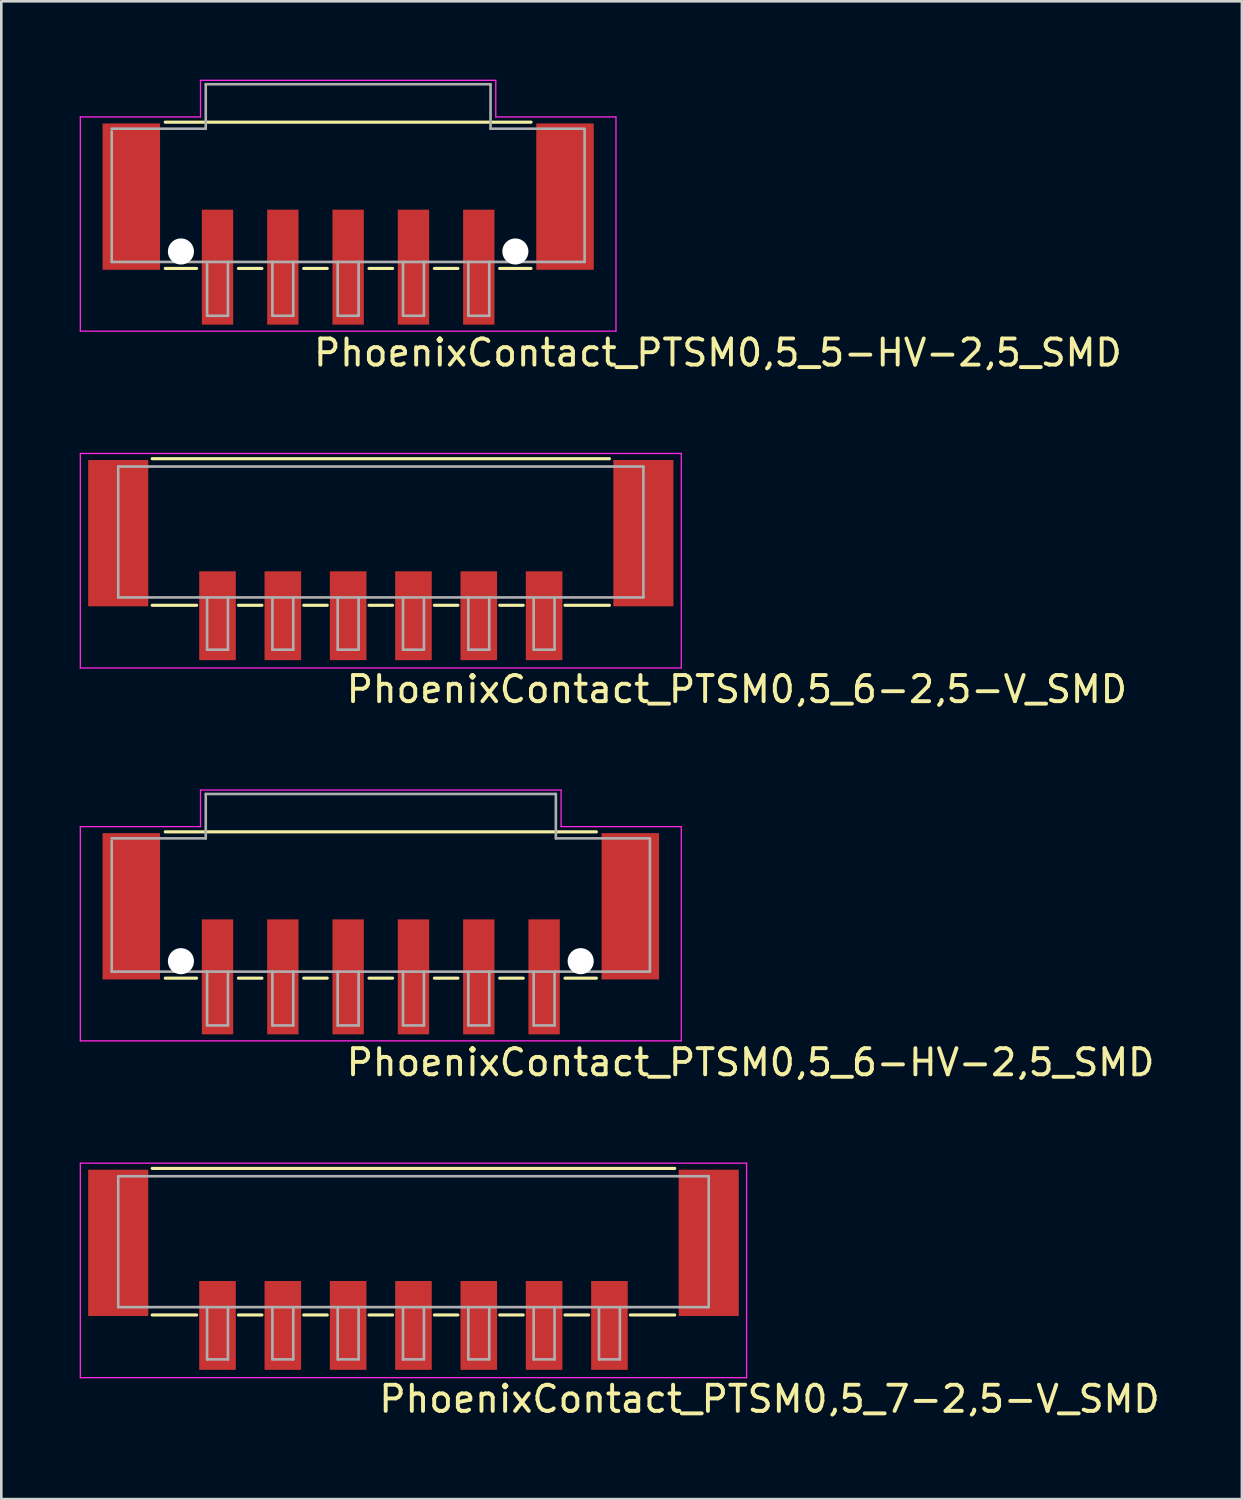
<source format=kicad_pcb>
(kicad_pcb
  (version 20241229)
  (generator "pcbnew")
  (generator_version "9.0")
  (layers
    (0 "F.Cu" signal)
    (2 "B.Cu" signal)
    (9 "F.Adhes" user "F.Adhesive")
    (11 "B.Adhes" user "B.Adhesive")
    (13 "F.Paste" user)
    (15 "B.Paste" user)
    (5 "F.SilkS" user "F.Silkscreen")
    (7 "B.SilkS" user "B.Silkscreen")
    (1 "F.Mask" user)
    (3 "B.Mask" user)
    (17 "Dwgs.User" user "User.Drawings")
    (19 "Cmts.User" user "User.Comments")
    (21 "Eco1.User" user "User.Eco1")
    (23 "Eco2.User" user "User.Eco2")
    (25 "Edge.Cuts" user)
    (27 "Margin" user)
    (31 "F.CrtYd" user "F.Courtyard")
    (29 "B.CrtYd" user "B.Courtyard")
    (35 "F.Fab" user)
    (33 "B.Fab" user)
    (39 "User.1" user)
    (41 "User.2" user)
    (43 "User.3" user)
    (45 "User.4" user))
  (footprint "PhoenixContact_PTSM0,5_7-2,5-V_SMD"
    (layer "F.Cu")
    (at 12.775 46.099)
    (property "Reference" "PhoenixContact_PTSM0,5_7-2,5-V_SMD" (at -1.4 4.98 0) (layer "F.SilkS") (effects (font (size 1 1) (thickness 0.15)) (justify left bottom)))
    (attr smd)
    (fp_line (start -10 -4.43) (end 10 -4.43) (stroke (width 0.12) (type solid)) (layer "F.SilkS"))
    (fp_line (start -8.3 1.18) (end -10 1.18) (stroke (width 0.12) (type solid)) (layer "F.SilkS"))
    (fp_line (start -5.8 1.18) (end -6.7 1.18) (stroke (width 0.12) (type solid)) (layer "F.SilkS"))
    (fp_line (start -3.3 1.18) (end -4.2 1.18) (stroke (width 0.12) (type solid)) (layer "F.SilkS"))
    (fp_line (start -0.8 1.18) (end -1.7 1.18) (stroke (width 0.12) (type solid)) (layer "F.SilkS"))
    (fp_line (start 1.7 1.18) (end 0.8 1.18) (stroke (width 0.12) (type solid)) (layer "F.SilkS"))
    (fp_line (start 4.2 1.18) (end 3.3 1.18) (stroke (width 0.12) (type solid)) (layer "F.SilkS"))
    (fp_line (start 6.7 1.18) (end 5.8 1.18) (stroke (width 0.12) (type solid)) (layer "F.SilkS"))
    (fp_line (start 10 1.18) (end 8.3 1.18) (stroke (width 0.12) (type solid)) (layer "F.SilkS"))
    (fp_line (start -12.75 -4.63) (end 12.75 -4.63) (stroke (width 0.05) (type solid)) (layer "F.CrtYd"))
    (fp_line (start -12.75 3.58) (end -12.75 -4.63) (stroke (width 0.05) (type solid)) (layer "F.CrtYd"))
    (fp_line (start 12.75 -4.63) (end 12.75 3.58) (stroke (width 0.05) (type solid)) (layer "F.CrtYd"))
    (fp_line (start 12.75 3.58) (end -12.75 3.58) (stroke (width 0.05) (type solid)) (layer "F.CrtYd"))
    (fp_line (start -11.3 -4.13) (end 11.3 -4.13) (stroke (width 0.1) (type solid)) (layer "F.Fab"))
    (fp_line (start -11.3 0.88) (end -11.3 -4.13) (stroke (width 0.1) (type solid)) (layer "F.Fab"))
    (fp_line (start -7.9 0.88) (end -7.9 2.88) (stroke (width 0.1) (type solid)) (layer "F.Fab"))
    (fp_line (start -7.9 2.88) (end -7.1 2.88) (stroke (width 0.1) (type solid)) (layer "F.Fab"))
    (fp_line (start -7.1 0.88) (end -7.1 2.88) (stroke (width 0.1) (type solid)) (layer "F.Fab"))
    (fp_line (start -5.4 0.88) (end -5.4 2.88) (stroke (width 0.1) (type solid)) (layer "F.Fab"))
    (fp_line (start -5.4 2.88) (end -4.6 2.88) (stroke (width 0.1) (type solid)) (layer "F.Fab"))
    (fp_line (start -4.6 0.88) (end -4.6 2.88) (stroke (width 0.1) (type solid)) (layer "F.Fab"))
    (fp_line (start -2.9 0.88) (end -2.9 2.88) (stroke (width 0.1) (type solid)) (layer "F.Fab"))
    (fp_line (start -2.9 2.88) (end -2.1 2.88) (stroke (width 0.1) (type solid)) (layer "F.Fab"))
    (fp_line (start -2.1 0.88) (end -2.1 2.88) (stroke (width 0.1) (type solid)) (layer "F.Fab"))
    (fp_line (start -0.4 0.88) (end -0.4 2.88) (stroke (width 0.1) (type solid)) (layer "F.Fab"))
    (fp_line (start -0.4 2.88) (end 0.4 2.88) (stroke (width 0.1) (type solid)) (layer "F.Fab"))
    (fp_line (start 0.4 0.88) (end 0.4 2.88) (stroke (width 0.1) (type solid)) (layer "F.Fab"))
    (fp_line (start 2.1 0.88) (end 2.1 2.88) (stroke (width 0.1) (type solid)) (layer "F.Fab"))
    (fp_line (start 2.1 2.88) (end 2.9 2.88) (stroke (width 0.1) (type solid)) (layer "F.Fab"))
    (fp_line (start 2.9 0.88) (end 2.9 2.88) (stroke (width 0.1) (type solid)) (layer "F.Fab"))
    (fp_line (start 4.6 0.88) (end 4.6 2.88) (stroke (width 0.1) (type solid)) (layer "F.Fab"))
    (fp_line (start 4.6 2.88) (end 5.4 2.88) (stroke (width 0.1) (type solid)) (layer "F.Fab"))
    (fp_line (start 5.4 0.88) (end 5.4 2.88) (stroke (width 0.1) (type solid)) (layer "F.Fab"))
    (fp_line (start 7.1 0.88) (end 7.1 2.88) (stroke (width 0.1) (type solid)) (layer "F.Fab"))
    (fp_line (start 7.1 2.88) (end 7.9 2.88) (stroke (width 0.1) (type solid)) (layer "F.Fab"))
    (fp_line (start 7.9 0.88) (end 7.9 2.88) (stroke (width 0.1) (type solid)) (layer "F.Fab"))
    (fp_line (start 11.3 0.88) (end -11.3 0.88) (stroke (width 0.1) (type solid)) (layer "F.Fab"))
    (fp_line (start 11.3 0.88) (end 11.3 -4.13) (stroke (width 0.1) (type solid)) (layer "F.Fab"))
    (pad "" smd rect (at -11.3 -1.58 180) (size 2.3 5.6) (layers "F.Cu" "F.Mask" "F.Paste"))
    (pad "" smd rect (at 11.3 -1.58 180) (size 2.3 5.6) (layers "F.Cu" "F.Mask" "F.Paste"))
    (pad "1" smd rect (at -7.5 1.58 180) (size 1.4 3.4) (layers "F.Cu" "F.Mask" "F.Paste"))
    (pad "2" smd rect (at -5 1.58 180) (size 1.4 3.4) (layers "F.Cu" "F.Mask" "F.Paste"))
    (pad "3" smd rect (at -2.5 1.58 180) (size 1.4 3.4) (layers "F.Cu" "F.Mask" "F.Paste"))
    (pad "4" smd rect (at 0 1.58 180) (size 1.4 3.4) (layers "F.Cu" "F.Mask" "F.Paste"))
    (pad "5" smd rect (at 2.5 1.58 180) (size 1.4 3.4) (layers "F.Cu" "F.Mask" "F.Paste"))
    (pad "6" smd rect (at 5 1.58 180) (size 1.4 3.4) (layers "F.Cu" "F.Mask" "F.Paste"))
    (pad "7" smd rect (at 7.5 1.58 180) (size 1.4 3.4) (layers "F.Cu" "F.Mask" "F.Paste")))
  (footprint "PhoenixContact_PTSM0,5_5-HV-2,5_SMD"
    (layer "F.Cu")
    (at 10.275 5.825)
    (property "Reference" "PhoenixContact_PTSM0,5_5-HV-2,5_SMD" (at -1.4 5.21 0) (layer "F.SilkS") (effects (font (size 1 1) (thickness 0.15)) (justify left bottom)))
    (attr smd)
    (fp_line (start -7 -4.2) (end 7 -4.2) (stroke (width 0.12) (type solid)) (layer "F.SilkS"))
    (fp_line (start -5.8 1.4) (end -7 1.4) (stroke (width 0.12) (type solid)) (layer "F.SilkS"))
    (fp_line (start -3.3 1.4) (end -4.2 1.4) (stroke (width 0.12) (type solid)) (layer "F.SilkS"))
    (fp_line (start -0.8 1.4) (end -1.7 1.4) (stroke (width 0.12) (type solid)) (layer "F.SilkS"))
    (fp_line (start 1.7 1.4) (end 0.8 1.4) (stroke (width 0.12) (type solid)) (layer "F.SilkS"))
    (fp_line (start 4.2 1.4) (end 3.3 1.4) (stroke (width 0.12) (type solid)) (layer "F.SilkS"))
    (fp_line (start 7 1.4) (end 5.8 1.4) (stroke (width 0.12) (type solid)) (layer "F.SilkS"))
    (fp_line (start -10.25 -4.4) (end -5.65 -4.4) (stroke (width 0.05) (type solid)) (layer "F.CrtYd"))
    (fp_line (start -10.25 3.8) (end -10.25 -4.4) (stroke (width 0.05) (type solid)) (layer "F.CrtYd"))
    (fp_line (start -5.65 -5.8) (end 5.65 -5.8) (stroke (width 0.05) (type solid)) (layer "F.CrtYd"))
    (fp_line (start -5.65 -4.4) (end -5.65 -5.8) (stroke (width 0.05) (type solid)) (layer "F.CrtYd"))
    (fp_line (start 5.65 -4.4) (end 5.65 -5.8) (stroke (width 0.05) (type solid)) (layer "F.CrtYd"))
    (fp_line (start 10.25 -4.4) (end 5.65 -4.4) (stroke (width 0.05) (type solid)) (layer "F.CrtYd"))
    (fp_line (start 10.25 -4.4) (end 10.25 3.8) (stroke (width 0.05) (type solid)) (layer "F.CrtYd"))
    (fp_line (start 10.25 3.8) (end -10.25 3.8) (stroke (width 0.05) (type solid)) (layer "F.CrtYd"))
    (fp_line (start -9.05 -3.95) (end -5.45 -3.95) (stroke (width 0.1) (type solid)) (layer "F.Fab"))
    (fp_line (start -9.05 1.15) (end -9.05 -3.85) (stroke (width 0.1) (type solid)) (layer "F.Fab"))
    (fp_line (start -5.45 -5.65) (end 5.45 -5.65) (stroke (width 0.1) (type solid)) (layer "F.Fab"))
    (fp_line (start -5.45 -3.95) (end -5.45 -5.65) (stroke (width 0.1) (type solid)) (layer "F.Fab"))
    (fp_line (start -5.4 1.15) (end -5.4 3.21) (stroke (width 0.1) (type solid)) (layer "F.Fab"))
    (fp_line (start -5.4 3.21) (end -4.6 3.21) (stroke (width 0.1) (type solid)) (layer "F.Fab"))
    (fp_line (start -4.6 1.15) (end -4.6 3.21) (stroke (width 0.1) (type solid)) (layer "F.Fab"))
    (fp_line (start -2.9 1.15) (end -2.9 3.21) (stroke (width 0.1) (type solid)) (layer "F.Fab"))
    (fp_line (start -2.9 3.21) (end -2.1 3.21) (stroke (width 0.1) (type solid)) (layer "F.Fab"))
    (fp_line (start -2.1 1.15) (end -2.1 3.21) (stroke (width 0.1) (type solid)) (layer "F.Fab"))
    (fp_line (start -0.4 1.15) (end -0.4 3.21) (stroke (width 0.1) (type solid)) (layer "F.Fab"))
    (fp_line (start -0.4 3.21) (end 0.4 3.21) (stroke (width 0.1) (type solid)) (layer "F.Fab"))
    (fp_line (start 0.4 1.15) (end 0.4 3.21) (stroke (width 0.1) (type solid)) (layer "F.Fab"))
    (fp_line (start 2.1 1.15) (end 2.1 3.21) (stroke (width 0.1) (type solid)) (layer "F.Fab"))
    (fp_line (start 2.1 3.21) (end 2.9 3.21) (stroke (width 0.1) (type solid)) (layer "F.Fab"))
    (fp_line (start 2.9 1.15) (end 2.9 3.21) (stroke (width 0.1) (type solid)) (layer "F.Fab"))
    (fp_line (start 4.6 1.15) (end 4.6 3.21) (stroke (width 0.1) (type solid)) (layer "F.Fab"))
    (fp_line (start 4.6 3.21) (end 5.4 3.21) (stroke (width 0.1) (type solid)) (layer "F.Fab"))
    (fp_line (start 5.4 1.15) (end 5.4 3.21) (stroke (width 0.1) (type solid)) (layer "F.Fab"))
    (fp_line (start 5.45 -5.65) (end 5.45 -3.95) (stroke (width 0.1) (type solid)) (layer "F.Fab"))
    (fp_line (start 5.45 -3.95) (end 9.05 -3.95) (stroke (width 0.1) (type solid)) (layer "F.Fab"))
    (fp_line (start 9.05 1.15) (end -9.05 1.15) (stroke (width 0.1) (type solid)) (layer "F.Fab"))
    (fp_line (start 9.05 1.15) (end 9.05 -3.9) (stroke (width 0.1) (type solid)) (layer "F.Fab"))
    (pad "" smd rect (at -8.3 -1.35 180) (size 2.2 5.6) (layers "F.Cu" "F.Mask" "F.Paste"))
    (pad "" np_thru_hole circle (at -6.4 0.75) (size 1 1) (drill 1) (layers "*.Cu" "*.Mask"))
    (pad "" np_thru_hole circle (at 6.4 0.75) (size 1 1) (drill 1) (layers "*.Cu" "*.Mask"))
    (pad "" smd rect (at 8.3 -1.35 180) (size 2.2 5.6) (layers "F.Cu" "F.Mask" "F.Paste"))
    (pad "1" smd rect (at -5 1.35 180) (size 1.2 4.4) (layers "F.Cu" "F.Mask" "F.Paste"))
    (pad "2" smd rect (at -2.5 1.35 180) (size 1.2 4.4) (layers "F.Cu" "F.Mask" "F.Paste"))
    (pad "3" smd rect (at 0 1.35 180) (size 1.2 4.4) (layers "F.Cu" "F.Mask" "F.Paste"))
    (pad "4" smd rect (at 2.5 1.35 180) (size 1.2 4.4) (layers "F.Cu" "F.Mask" "F.Paste"))
    (pad "5" smd rect (at 5 1.35 180) (size 1.2 4.4) (layers "F.Cu" "F.Mask" "F.Paste")))
  (footprint "PhoenixContact_PTSM0,5_6-2,5-V_SMD"
    (layer "F.Cu")
    (at 11.525 18.936)
    (property "Reference" "PhoenixContact_PTSM0,5_6-2,5-V_SMD" (at -1.4 4.98 0) (layer "F.SilkS") (effects (font (size 1 1) (thickness 0.15)) (justify left bottom)))
    (attr smd)
    (fp_line (start -8.75 -4.43) (end 8.75 -4.43) (stroke (width 0.12) (type solid)) (layer "F.SilkS"))
    (fp_line (start -7.05 1.18) (end -8.75 1.18) (stroke (width 0.12) (type solid)) (layer "F.SilkS"))
    (fp_line (start -4.55 1.18) (end -5.45 1.18) (stroke (width 0.12) (type solid)) (layer "F.SilkS"))
    (fp_line (start -2.05 1.18) (end -2.95 1.18) (stroke (width 0.12) (type solid)) (layer "F.SilkS"))
    (fp_line (start 0.45 1.18) (end -0.45 1.18) (stroke (width 0.12) (type solid)) (layer "F.SilkS"))
    (fp_line (start 2.95 1.18) (end 2.05 1.18) (stroke (width 0.12) (type solid)) (layer "F.SilkS"))
    (fp_line (start 5.45 1.18) (end 4.55 1.18) (stroke (width 0.12) (type solid)) (layer "F.SilkS"))
    (fp_line (start 8.75 1.18) (end 7.05 1.18) (stroke (width 0.12) (type solid)) (layer "F.SilkS"))
    (fp_line (start -11.5 -4.63) (end 11.5 -4.63) (stroke (width 0.05) (type solid)) (layer "F.CrtYd"))
    (fp_line (start -11.5 3.58) (end -11.5 -4.63) (stroke (width 0.05) (type solid)) (layer "F.CrtYd"))
    (fp_line (start 11.5 -4.63) (end 11.5 3.58) (stroke (width 0.05) (type solid)) (layer "F.CrtYd"))
    (fp_line (start 11.5 3.58) (end -11.5 3.58) (stroke (width 0.05) (type solid)) (layer "F.CrtYd"))
    (fp_line (start -10.05 -4.13) (end 10.05 -4.13) (stroke (width 0.1) (type solid)) (layer "F.Fab"))
    (fp_line (start -10.05 0.88) (end -10.05 -4.13) (stroke (width 0.1) (type solid)) (layer "F.Fab"))
    (fp_line (start -6.65 0.88) (end -6.65 2.88) (stroke (width 0.1) (type solid)) (layer "F.Fab"))
    (fp_line (start -6.65 2.88) (end -5.85 2.88) (stroke (width 0.1) (type solid)) (layer "F.Fab"))
    (fp_line (start -5.85 0.88) (end -5.85 2.88) (stroke (width 0.1) (type solid)) (layer "F.Fab"))
    (fp_line (start -4.15 0.88) (end -4.15 2.88) (stroke (width 0.1) (type solid)) (layer "F.Fab"))
    (fp_line (start -4.15 2.88) (end -3.35 2.88) (stroke (width 0.1) (type solid)) (layer "F.Fab"))
    (fp_line (start -3.35 0.88) (end -3.35 2.88) (stroke (width 0.1) (type solid)) (layer "F.Fab"))
    (fp_line (start -1.65 0.88) (end -1.65 2.88) (stroke (width 0.1) (type solid)) (layer "F.Fab"))
    (fp_line (start -1.65 2.88) (end -0.85 2.88) (stroke (width 0.1) (type solid)) (layer "F.Fab"))
    (fp_line (start -0.85 0.88) (end -0.85 2.88) (stroke (width 0.1) (type solid)) (layer "F.Fab"))
    (fp_line (start 0.85 0.88) (end 0.85 2.88) (stroke (width 0.1) (type solid)) (layer "F.Fab"))
    (fp_line (start 0.85 2.88) (end 1.65 2.88) (stroke (width 0.1) (type solid)) (layer "F.Fab"))
    (fp_line (start 1.65 0.88) (end 1.65 2.88) (stroke (width 0.1) (type solid)) (layer "F.Fab"))
    (fp_line (start 3.35 0.88) (end 3.35 2.88) (stroke (width 0.1) (type solid)) (layer "F.Fab"))
    (fp_line (start 3.35 2.88) (end 4.15 2.88) (stroke (width 0.1) (type solid)) (layer "F.Fab"))
    (fp_line (start 4.15 0.88) (end 4.15 2.88) (stroke (width 0.1) (type solid)) (layer "F.Fab"))
    (fp_line (start 5.85 0.88) (end 5.85 2.88) (stroke (width 0.1) (type solid)) (layer "F.Fab"))
    (fp_line (start 5.85 2.88) (end 6.65 2.88) (stroke (width 0.1) (type solid)) (layer "F.Fab"))
    (fp_line (start 6.65 0.88) (end 6.65 2.88) (stroke (width 0.1) (type solid)) (layer "F.Fab"))
    (fp_line (start 10.05 0.88) (end -10.05 0.88) (stroke (width 0.1) (type solid)) (layer "F.Fab"))
    (fp_line (start 10.05 0.88) (end 10.05 -4.13) (stroke (width 0.1) (type solid)) (layer "F.Fab"))
    (pad "" smd rect (at -10.05 -1.58 180) (size 2.3 5.6) (layers "F.Cu" "F.Mask" "F.Paste"))
    (pad "" smd rect (at 10.05 -1.58 180) (size 2.3 5.6) (layers "F.Cu" "F.Mask" "F.Paste"))
    (pad "1" smd rect (at -6.25 1.58 180) (size 1.4 3.4) (layers "F.Cu" "F.Mask" "F.Paste"))
    (pad "2" smd rect (at -3.75 1.58 180) (size 1.4 3.4) (layers "F.Cu" "F.Mask" "F.Paste"))
    (pad "3" smd rect (at -1.25 1.58 180) (size 1.4 3.4) (layers "F.Cu" "F.Mask" "F.Paste"))
    (pad "4" smd rect (at 1.25 1.58 180) (size 1.4 3.4) (layers "F.Cu" "F.Mask" "F.Paste"))
    (pad "5" smd rect (at 3.75 1.58 180) (size 1.4 3.4) (layers "F.Cu" "F.Mask" "F.Paste"))
    (pad "6" smd rect (at 6.25 1.58 180) (size 1.4 3.4) (layers "F.Cu" "F.Mask" "F.Paste")))
  (footprint "PhoenixContact_PTSM0,5_6-HV-2,5_SMD"
    (layer "F.Cu")
    (at 11.525 32.988)
    (property "Reference" "PhoenixContact_PTSM0,5_6-HV-2,5_SMD" (at -1.4 5.21 0) (layer "F.SilkS") (effects (font (size 1 1) (thickness 0.15)) (justify left bottom)))
    (attr smd)
    (fp_line (start -8.25 -4.2) (end 8.25 -4.2) (stroke (width 0.12) (type solid)) (layer "F.SilkS"))
    (fp_line (start -7.05 1.4) (end -8.25 1.4) (stroke (width 0.12) (type solid)) (layer "F.SilkS"))
    (fp_line (start -4.55 1.4) (end -5.45 1.4) (stroke (width 0.12) (type solid)) (layer "F.SilkS"))
    (fp_line (start -2.05 1.4) (end -2.95 1.4) (stroke (width 0.12) (type solid)) (layer "F.SilkS"))
    (fp_line (start 0.45 1.4) (end -0.45 1.4) (stroke (width 0.12) (type solid)) (layer "F.SilkS"))
    (fp_line (start 2.95 1.4) (end 2.05 1.4) (stroke (width 0.12) (type solid)) (layer "F.SilkS"))
    (fp_line (start 5.45 1.4) (end 4.55 1.4) (stroke (width 0.12) (type solid)) (layer "F.SilkS"))
    (fp_line (start 8.25 1.4) (end 7.05 1.4) (stroke (width 0.12) (type solid)) (layer "F.SilkS"))
    (fp_line (start -11.5 -4.4) (end -6.9 -4.4) (stroke (width 0.05) (type solid)) (layer "F.CrtYd"))
    (fp_line (start -11.5 3.8) (end -11.5 -4.4) (stroke (width 0.05) (type solid)) (layer "F.CrtYd"))
    (fp_line (start -6.9 -5.8) (end 6.9 -5.8) (stroke (width 0.05) (type solid)) (layer "F.CrtYd"))
    (fp_line (start -6.9 -4.4) (end -6.9 -5.8) (stroke (width 0.05) (type solid)) (layer "F.CrtYd"))
    (fp_line (start 6.9 -4.4) (end 6.9 -5.8) (stroke (width 0.05) (type solid)) (layer "F.CrtYd"))
    (fp_line (start 11.5 -4.4) (end 6.9 -4.4) (stroke (width 0.05) (type solid)) (layer "F.CrtYd"))
    (fp_line (start 11.5 -4.4) (end 11.5 3.8) (stroke (width 0.05) (type solid)) (layer "F.CrtYd"))
    (fp_line (start 11.5 3.8) (end -11.5 3.8) (stroke (width 0.05) (type solid)) (layer "F.CrtYd"))
    (fp_line (start -10.3 -3.95) (end -6.7 -3.95) (stroke (width 0.1) (type solid)) (layer "F.Fab"))
    (fp_line (start -10.3 1.15) (end -10.3 -3.85) (stroke (width 0.1) (type solid)) (layer "F.Fab"))
    (fp_line (start -6.7 -5.65) (end 6.7 -5.65) (stroke (width 0.1) (type solid)) (layer "F.Fab"))
    (fp_line (start -6.7 -3.95) (end -6.7 -5.65) (stroke (width 0.1) (type solid)) (layer "F.Fab"))
    (fp_line (start -6.65 1.15) (end -6.65 3.21) (stroke (width 0.1) (type solid)) (layer "F.Fab"))
    (fp_line (start -6.65 3.21) (end -5.85 3.21) (stroke (width 0.1) (type solid)) (layer "F.Fab"))
    (fp_line (start -5.85 1.15) (end -5.85 3.21) (stroke (width 0.1) (type solid)) (layer "F.Fab"))
    (fp_line (start -4.15 1.15) (end -4.15 3.21) (stroke (width 0.1) (type solid)) (layer "F.Fab"))
    (fp_line (start -4.15 3.21) (end -3.35 3.21) (stroke (width 0.1) (type solid)) (layer "F.Fab"))
    (fp_line (start -3.35 1.15) (end -3.35 3.21) (stroke (width 0.1) (type solid)) (layer "F.Fab"))
    (fp_line (start -1.65 1.15) (end -1.65 3.21) (stroke (width 0.1) (type solid)) (layer "F.Fab"))
    (fp_line (start -1.65 3.21) (end -0.85 3.21) (stroke (width 0.1) (type solid)) (layer "F.Fab"))
    (fp_line (start -0.85 1.15) (end -0.85 3.21) (stroke (width 0.1) (type solid)) (layer "F.Fab"))
    (fp_line (start 0.85 1.15) (end 0.85 3.21) (stroke (width 0.1) (type solid)) (layer "F.Fab"))
    (fp_line (start 0.85 3.21) (end 1.65 3.21) (stroke (width 0.1) (type solid)) (layer "F.Fab"))
    (fp_line (start 1.65 1.15) (end 1.65 3.21) (stroke (width 0.1) (type solid)) (layer "F.Fab"))
    (fp_line (start 3.35 1.15) (end 3.35 3.21) (stroke (width 0.1) (type solid)) (layer "F.Fab"))
    (fp_line (start 3.35 3.21) (end 4.15 3.21) (stroke (width 0.1) (type solid)) (layer "F.Fab"))
    (fp_line (start 4.15 1.15) (end 4.15 3.21) (stroke (width 0.1) (type solid)) (layer "F.Fab"))
    (fp_line (start 5.85 1.15) (end 5.85 3.21) (stroke (width 0.1) (type solid)) (layer "F.Fab"))
    (fp_line (start 5.85 3.21) (end 6.65 3.21) (stroke (width 0.1) (type solid)) (layer "F.Fab"))
    (fp_line (start 6.65 1.15) (end 6.65 3.21) (stroke (width 0.1) (type solid)) (layer "F.Fab"))
    (fp_line (start 6.7 -5.65) (end 6.7 -3.95) (stroke (width 0.1) (type solid)) (layer "F.Fab"))
    (fp_line (start 6.7 -3.95) (end 10.3 -3.95) (stroke (width 0.1) (type solid)) (layer "F.Fab"))
    (fp_line (start 10.3 1.15) (end -10.3 1.15) (stroke (width 0.1) (type solid)) (layer "F.Fab"))
    (fp_line (start 10.3 1.15) (end 10.3 -3.9) (stroke (width 0.1) (type solid)) (layer "F.Fab"))
    (pad "" smd rect (at -9.55 -1.35 180) (size 2.2 5.6) (layers "F.Cu" "F.Mask" "F.Paste"))
    (pad "" np_thru_hole circle (at -7.65 0.75) (size 1 1) (drill 1) (layers "*.Cu" "*.Mask"))
    (pad "" np_thru_hole circle (at 7.65 0.75) (size 1 1) (drill 1) (layers "*.Cu" "*.Mask"))
    (pad "" smd rect (at 9.55 -1.35 180) (size 2.2 5.6) (layers "F.Cu" "F.Mask" "F.Paste"))
    (pad "1" smd rect (at -6.25 1.35 180) (size 1.2 4.4) (layers "F.Cu" "F.Mask" "F.Paste"))
    (pad "2" smd rect (at -3.75 1.35 180) (size 1.2 4.4) (layers "F.Cu" "F.Mask" "F.Paste"))
    (pad "3" smd rect (at -1.25 1.35 180) (size 1.2 4.4) (layers "F.Cu" "F.Mask" "F.Paste"))
    (pad "4" smd rect (at 1.25 1.35 180) (size 1.2 4.4) (layers "F.Cu" "F.Mask" "F.Paste"))
    (pad "5" smd rect (at 3.75 1.35 180) (size 1.2 4.4) (layers "F.Cu" "F.Mask" "F.Paste"))
    (pad "6" smd rect (at 6.25 1.35 180) (size 1.2 4.4) (layers "F.Cu" "F.Mask" "F.Paste")))
  (gr_rect
    (start -3 -3)
    (end 44.482 54.326)
    (stroke (width 0.1) (type default))
    (fill no)
    (layer "Edge.Cuts")))
</source>
